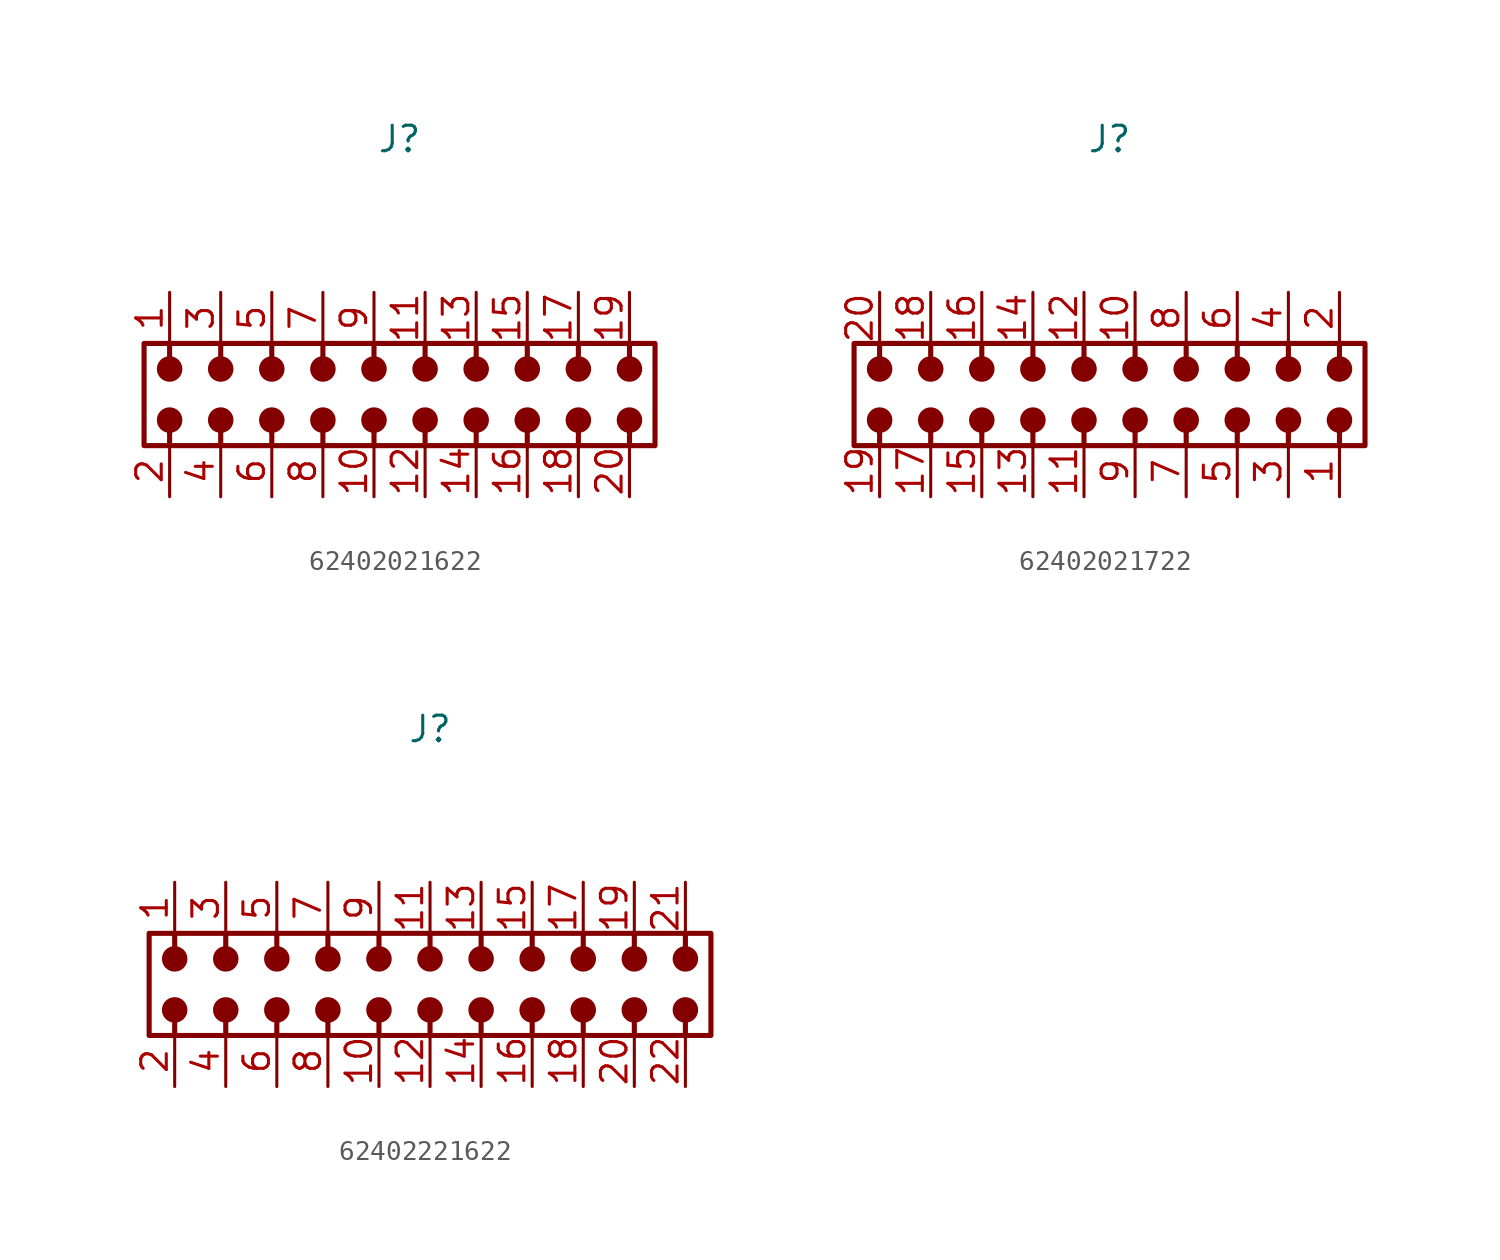
<source format=kicad_sym>
(kicad_symbol_lib
  (version 20241209)
  (generator "kicad_symbol_editor")
  (generator_version "9.0")
  (symbol "62402021622"
    (pin_names
      (hide yes))
    (property "Reference" "J"
      (at 0 12.7 0)
      (effects (font (size 1.27 1.27))))
    (symbol "62402021622_1_1"
      (rectangle (start -12.7 2.54) (end 12.7 -2.54) (stroke (width 0.254) (type solid)) (fill (type none)))
      (polyline (pts (xy -11.43 1.778) (xy -11.43 2.54)) (stroke (width 0.254) (type solid)) (fill (type none)))
      (circle (center -11.43 1.27) (radius 0.508) (stroke (width 0.254) (type solid)) (fill (type outline)))
      (circle (center -11.43 -1.27) (radius 0.508) (stroke (width 0.254) (type solid)) (fill (type outline)))
      (polyline (pts (xy -11.43 -1.778) (xy -11.43 -2.54)) (stroke (width 0.254) (type solid)) (fill (type none)))
      (polyline (pts (xy -8.89 1.778) (xy -8.89 2.54)) (stroke (width 0.254) (type solid)) (fill (type none)))
      (circle (center -8.89 1.27) (radius 0.508) (stroke (width 0.254) (type solid)) (fill (type outline)))
      (circle (center -8.89 -1.27) (radius 0.508) (stroke (width 0.254) (type solid)) (fill (type outline)))
      (polyline (pts (xy -8.89 -1.778) (xy -8.89 -2.54)) (stroke (width 0.254) (type solid)) (fill (type none)))
      (polyline (pts (xy -6.35 1.778) (xy -6.35 2.54)) (stroke (width 0.254) (type solid)) (fill (type none)))
      (circle (center -6.35 1.27) (radius 0.508) (stroke (width 0.254) (type solid)) (fill (type outline)))
      (circle (center -6.35 -1.27) (radius 0.508) (stroke (width 0.254) (type solid)) (fill (type outline)))
      (polyline (pts (xy -6.35 -1.778) (xy -6.35 -2.54)) (stroke (width 0.254) (type solid)) (fill (type none)))
      (polyline (pts (xy -3.81 1.778) (xy -3.81 2.54)) (stroke (width 0.254) (type solid)) (fill (type none)))
      (circle (center -3.81 1.27) (radius 0.508) (stroke (width 0.254) (type solid)) (fill (type outline)))
      (circle (center -3.81 -1.27) (radius 0.508) (stroke (width 0.254) (type solid)) (fill (type outline)))
      (polyline (pts (xy -3.81 -1.778) (xy -3.81 -2.54)) (stroke (width 0.254) (type solid)) (fill (type none)))
      (polyline (pts (xy -1.27 1.778) (xy -1.27 2.54)) (stroke (width 0.254) (type solid)) (fill (type none)))
      (circle (center -1.27 1.27) (radius 0.508) (stroke (width 0.254) (type solid)) (fill (type outline)))
      (circle (center -1.27 -1.27) (radius 0.508) (stroke (width 0.254) (type solid)) (fill (type outline)))
      (polyline (pts (xy -1.27 -1.778) (xy -1.27 -2.54)) (stroke (width 0.254) (type solid)) (fill (type none)))
      (polyline (pts (xy 1.27 1.778) (xy 1.27 2.54)) (stroke (width 0.254) (type solid)) (fill (type none)))
      (circle (center 1.27 1.27) (radius 0.508) (stroke (width 0.254) (type solid)) (fill (type outline)))
      (circle (center 1.27 -1.27) (radius 0.508) (stroke (width 0.254) (type solid)) (fill (type outline)))
      (polyline (pts (xy 1.27 -1.778) (xy 1.27 -2.54)) (stroke (width 0.254) (type solid)) (fill (type none)))
      (polyline (pts (xy 3.81 1.778) (xy 3.81 2.54)) (stroke (width 0.254) (type solid)) (fill (type none)))
      (circle (center 3.81 1.27) (radius 0.508) (stroke (width 0.254) (type solid)) (fill (type outline)))
      (circle (center 3.81 -1.27) (radius 0.508) (stroke (width 0.254) (type solid)) (fill (type outline)))
      (polyline (pts (xy 3.81 -1.778) (xy 3.81 -2.54)) (stroke (width 0.254) (type solid)) (fill (type none)))
      (polyline (pts (xy 6.35 1.778) (xy 6.35 2.54)) (stroke (width 0.254) (type solid)) (fill (type none)))
      (circle (center 6.35 1.27) (radius 0.508) (stroke (width 0.254) (type solid)) (fill (type outline)))
      (circle (center 6.35 -1.27) (radius 0.508) (stroke (width 0.254) (type solid)) (fill (type outline)))
      (polyline (pts (xy 6.35 -1.778) (xy 6.35 -2.54)) (stroke (width 0.254) (type solid)) (fill (type none)))
      (polyline (pts (xy 8.89 1.778) (xy 8.89 2.54)) (stroke (width 0.254) (type solid)) (fill (type none)))
      (circle (center 8.89 1.27) (radius 0.508) (stroke (width 0.254) (type solid)) (fill (type outline)))
      (circle (center 8.89 -1.27) (radius 0.508) (stroke (width 0.254) (type solid)) (fill (type outline)))
      (polyline (pts (xy 8.89 -1.778) (xy 8.89 -2.54)) (stroke (width 0.254) (type solid)) (fill (type none)))
      (polyline (pts (xy 11.43 1.778) (xy 11.43 2.54)) (stroke (width 0.254) (type solid)) (fill (type none)))
      (circle (center 11.43 1.27) (radius 0.508) (stroke (width 0.254) (type solid)) (fill (type outline)))
      (circle (center 11.43 -1.27) (radius 0.508) (stroke (width 0.254) (type solid)) (fill (type outline)))
      (polyline (pts (xy 11.43 -1.778) (xy 11.43 -2.54)) (stroke (width 0.254) (type solid)) (fill (type none)))
      (pin passive line (at -11.43 5.08 270) (length 2.54) (name "1" (effects (font (size 1.27 1.27)))) (number "1" (effects (font (size 1.27 1.27)))))
      (pin passive line (at -11.43 -5.08 90) (length 2.54) (name "2" (effects (font (size 1.27 1.27)))) (number "2" (effects (font (size 1.27 1.27)))))
      (pin passive line (at -8.89 5.08 270) (length 2.54) (name "3" (effects (font (size 1.27 1.27)))) (number "3" (effects (font (size 1.27 1.27)))))
      (pin passive line (at -8.89 -5.08 90) (length 2.54) (name "4" (effects (font (size 1.27 1.27)))) (number "4" (effects (font (size 1.27 1.27)))))
      (pin passive line (at -6.35 5.08 270) (length 2.54) (name "5" (effects (font (size 1.27 1.27)))) (number "5" (effects (font (size 1.27 1.27)))))
      (pin passive line (at -6.35 -5.08 90) (length 2.54) (name "6" (effects (font (size 1.27 1.27)))) (number "6" (effects (font (size 1.27 1.27)))))
      (pin passive line (at -3.81 5.08 270) (length 2.54) (name "7" (effects (font (size 1.27 1.27)))) (number "7" (effects (font (size 1.27 1.27)))))
      (pin passive line (at -3.81 -5.08 90) (length 2.54) (name "8" (effects (font (size 1.27 1.27)))) (number "8" (effects (font (size 1.27 1.27)))))
      (pin passive line (at -1.27 5.08 270) (length 2.54) (name "9" (effects (font (size 1.27 1.27)))) (number "9" (effects (font (size 1.27 1.27)))))
      (pin passive line (at -1.27 -5.08 90) (length 2.54) (name "10" (effects (font (size 1.27 1.27)))) (number "10" (effects (font (size 1.27 1.27)))))
      (pin passive line (at 1.27 5.08 270) (length 2.54) (name "11" (effects (font (size 1.27 1.27)))) (number "11" (effects (font (size 1.27 1.27)))))
      (pin passive line (at 1.27 -5.08 90) (length 2.54) (name "12" (effects (font (size 1.27 1.27)))) (number "12" (effects (font (size 1.27 1.27)))))
      (pin passive line (at 3.81 5.08 270) (length 2.54) (name "13" (effects (font (size 1.27 1.27)))) (number "13" (effects (font (size 1.27 1.27)))))
      (pin passive line (at 3.81 -5.08 90) (length 2.54) (name "14" (effects (font (size 1.27 1.27)))) (number "14" (effects (font (size 1.27 1.27)))))
      (pin passive line (at 6.35 5.08 270) (length 2.54) (name "15" (effects (font (size 1.27 1.27)))) (number "15" (effects (font (size 1.27 1.27)))))
      (pin passive line (at 6.35 -5.08 90) (length 2.54) (name "16" (effects (font (size 1.27 1.27)))) (number "16" (effects (font (size 1.27 1.27)))))
      (pin passive line (at 8.89 5.08 270) (length 2.54) (name "17" (effects (font (size 1.27 1.27)))) (number "17" (effects (font (size 1.27 1.27)))))
      (pin passive line (at 8.89 -5.08 90) (length 2.54) (name "18" (effects (font (size 1.27 1.27)))) (number "18" (effects (font (size 1.27 1.27)))))
      (pin passive line (at 11.43 5.08 270) (length 2.54) (name "19" (effects (font (size 1.27 1.27)))) (number "19" (effects (font (size 1.27 1.27)))))
      (pin passive line (at 11.43 -5.08 90) (length 2.54) (name "20" (effects (font (size 1.27 1.27)))) (number "20" (effects (font (size 1.27 1.27)))))))
  (symbol "62402021722"
    (pin_names
      (hide yes))
    (property "Reference" "J"
      (at 0 12.7 0)
      (effects (font (size 1.27 1.27))))
    (symbol "62402021722_1_1"
      (rectangle (start -12.7 2.54) (end 12.7 -2.54) (stroke (width 0.254) (type solid)) (fill (type none)))
      (polyline (pts (xy -11.43 1.778) (xy -11.43 2.54)) (stroke (width 0.254) (type solid)) (fill (type none)))
      (circle (center -11.43 1.27) (radius 0.508) (stroke (width 0.254) (type solid)) (fill (type outline)))
      (circle (center -11.43 -1.27) (radius 0.508) (stroke (width 0.254) (type solid)) (fill (type outline)))
      (polyline (pts (xy -11.43 -1.778) (xy -11.43 -2.54)) (stroke (width 0.254) (type solid)) (fill (type none)))
      (polyline (pts (xy -8.89 1.778) (xy -8.89 2.54)) (stroke (width 0.254) (type solid)) (fill (type none)))
      (circle (center -8.89 1.27) (radius 0.508) (stroke (width 0.254) (type solid)) (fill (type outline)))
      (circle (center -8.89 -1.27) (radius 0.508) (stroke (width 0.254) (type solid)) (fill (type outline)))
      (polyline (pts (xy -8.89 -1.778) (xy -8.89 -2.54)) (stroke (width 0.254) (type solid)) (fill (type none)))
      (polyline (pts (xy -6.35 1.778) (xy -6.35 2.54)) (stroke (width 0.254) (type solid)) (fill (type none)))
      (circle (center -6.35 1.27) (radius 0.508) (stroke (width 0.254) (type solid)) (fill (type outline)))
      (circle (center -6.35 -1.27) (radius 0.508) (stroke (width 0.254) (type solid)) (fill (type outline)))
      (polyline (pts (xy -6.35 -1.778) (xy -6.35 -2.54)) (stroke (width 0.254) (type solid)) (fill (type none)))
      (polyline (pts (xy -3.81 1.778) (xy -3.81 2.54)) (stroke (width 0.254) (type solid)) (fill (type none)))
      (circle (center -3.81 1.27) (radius 0.508) (stroke (width 0.254) (type solid)) (fill (type outline)))
      (circle (center -3.81 -1.27) (radius 0.508) (stroke (width 0.254) (type solid)) (fill (type outline)))
      (polyline (pts (xy -3.81 -1.778) (xy -3.81 -2.54)) (stroke (width 0.254) (type solid)) (fill (type none)))
      (polyline (pts (xy -1.27 1.778) (xy -1.27 2.54)) (stroke (width 0.254) (type solid)) (fill (type none)))
      (circle (center -1.27 1.27) (radius 0.508) (stroke (width 0.254) (type solid)) (fill (type outline)))
      (circle (center -1.27 -1.27) (radius 0.508) (stroke (width 0.254) (type solid)) (fill (type outline)))
      (polyline (pts (xy -1.27 -1.778) (xy -1.27 -2.54)) (stroke (width 0.254) (type solid)) (fill (type none)))
      (polyline (pts (xy 1.27 1.778) (xy 1.27 2.54)) (stroke (width 0.254) (type solid)) (fill (type none)))
      (circle (center 1.27 1.27) (radius 0.508) (stroke (width 0.254) (type solid)) (fill (type outline)))
      (circle (center 1.27 -1.27) (radius 0.508) (stroke (width 0.254) (type solid)) (fill (type outline)))
      (polyline (pts (xy 1.27 -1.778) (xy 1.27 -2.54)) (stroke (width 0.254) (type solid)) (fill (type none)))
      (polyline (pts (xy 3.81 1.778) (xy 3.81 2.54)) (stroke (width 0.254) (type solid)) (fill (type none)))
      (circle (center 3.81 1.27) (radius 0.508) (stroke (width 0.254) (type solid)) (fill (type outline)))
      (circle (center 3.81 -1.27) (radius 0.508) (stroke (width 0.254) (type solid)) (fill (type outline)))
      (polyline (pts (xy 3.81 -1.778) (xy 3.81 -2.54)) (stroke (width 0.254) (type solid)) (fill (type none)))
      (polyline (pts (xy 6.35 1.778) (xy 6.35 2.54)) (stroke (width 0.254) (type solid)) (fill (type none)))
      (circle (center 6.35 1.27) (radius 0.508) (stroke (width 0.254) (type solid)) (fill (type outline)))
      (circle (center 6.35 -1.27) (radius 0.508) (stroke (width 0.254) (type solid)) (fill (type outline)))
      (polyline (pts (xy 6.35 -1.778) (xy 6.35 -2.54)) (stroke (width 0.254) (type solid)) (fill (type none)))
      (polyline (pts (xy 8.89 1.778) (xy 8.89 2.54)) (stroke (width 0.254) (type solid)) (fill (type none)))
      (circle (center 8.89 1.27) (radius 0.508) (stroke (width 0.254) (type solid)) (fill (type outline)))
      (circle (center 8.89 -1.27) (radius 0.508) (stroke (width 0.254) (type solid)) (fill (type outline)))
      (polyline (pts (xy 8.89 -1.778) (xy 8.89 -2.54)) (stroke (width 0.254) (type solid)) (fill (type none)))
      (polyline (pts (xy 11.43 1.778) (xy 11.43 2.54)) (stroke (width 0.254) (type solid)) (fill (type none)))
      (circle (center 11.43 1.27) (radius 0.508) (stroke (width 0.254) (type solid)) (fill (type outline)))
      (circle (center 11.43 -1.27) (radius 0.508) (stroke (width 0.254) (type solid)) (fill (type outline)))
      (polyline (pts (xy 11.43 -1.778) (xy 11.43 -2.54)) (stroke (width 0.254) (type solid)) (fill (type none)))
      (pin passive line (at -11.43 5.08 270) (length 2.54) (name "20" (effects (font (size 1.27 1.27)))) (number "20" (effects (font (size 1.27 1.27)))))
      (pin passive line (at -11.43 -5.08 90) (length 2.54) (name "19" (effects (font (size 1.27 1.27)))) (number "19" (effects (font (size 1.27 1.27)))))
      (pin passive line (at -8.89 5.08 270) (length 2.54) (name "18" (effects (font (size 1.27 1.27)))) (number "18" (effects (font (size 1.27 1.27)))))
      (pin passive line (at -8.89 -5.08 90) (length 2.54) (name "17" (effects (font (size 1.27 1.27)))) (number "17" (effects (font (size 1.27 1.27)))))
      (pin passive line (at -6.35 5.08 270) (length 2.54) (name "16" (effects (font (size 1.27 1.27)))) (number "16" (effects (font (size 1.27 1.27)))))
      (pin passive line (at -6.35 -5.08 90) (length 2.54) (name "15" (effects (font (size 1.27 1.27)))) (number "15" (effects (font (size 1.27 1.27)))))
      (pin passive line (at -3.81 5.08 270) (length 2.54) (name "14" (effects (font (size 1.27 1.27)))) (number "14" (effects (font (size 1.27 1.27)))))
      (pin passive line (at -3.81 -5.08 90) (length 2.54) (name "13" (effects (font (size 1.27 1.27)))) (number "13" (effects (font (size 1.27 1.27)))))
      (pin passive line (at -1.27 5.08 270) (length 2.54) (name "12" (effects (font (size 1.27 1.27)))) (number "12" (effects (font (size 1.27 1.27)))))
      (pin passive line (at -1.27 -5.08 90) (length 2.54) (name "11" (effects (font (size 1.27 1.27)))) (number "11" (effects (font (size 1.27 1.27)))))
      (pin passive line (at 1.27 5.08 270) (length 2.54) (name "10" (effects (font (size 1.27 1.27)))) (number "10" (effects (font (size 1.27 1.27)))))
      (pin passive line (at 1.27 -5.08 90) (length 2.54) (name "9" (effects (font (size 1.27 1.27)))) (number "9" (effects (font (size 1.27 1.27)))))
      (pin passive line (at 3.81 5.08 270) (length 2.54) (name "8" (effects (font (size 1.27 1.27)))) (number "8" (effects (font (size 1.27 1.27)))))
      (pin passive line (at 3.81 -5.08 90) (length 2.54) (name "7" (effects (font (size 1.27 1.27)))) (number "7" (effects (font (size 1.27 1.27)))))
      (pin passive line (at 6.35 5.08 270) (length 2.54) (name "6" (effects (font (size 1.27 1.27)))) (number "6" (effects (font (size 1.27 1.27)))))
      (pin passive line (at 6.35 -5.08 90) (length 2.54) (name "5" (effects (font (size 1.27 1.27)))) (number "5" (effects (font (size 1.27 1.27)))))
      (pin passive line (at 8.89 5.08 270) (length 2.54) (name "4" (effects (font (size 1.27 1.27)))) (number "4" (effects (font (size 1.27 1.27)))))
      (pin passive line (at 8.89 -5.08 90) (length 2.54) (name "3" (effects (font (size 1.27 1.27)))) (number "3" (effects (font (size 1.27 1.27)))))
      (pin passive line (at 11.43 5.08 270) (length 2.54) (name "2" (effects (font (size 1.27 1.27)))) (number "2" (effects (font (size 1.27 1.27)))))
      (pin passive line (at 11.43 -5.08 90) (length 2.54) (name "1" (effects (font (size 1.27 1.27)))) (number "1" (effects (font (size 1.27 1.27)))))))
  (symbol "62402221622"
    (pin_names
      (hide yes))
    (property "Reference" "J"
      (at 0 12.7 0)
      (effects (font (size 1.27 1.27))))
    (symbol "62402221622_1_1"
      (rectangle (start -13.97 2.54) (end 13.97 -2.54) (stroke (width 0.254) (type solid)) (fill (type none)))
      (polyline (pts (xy -12.7 1.778) (xy -12.7 2.54)) (stroke (width 0.254) (type solid)) (fill (type none)))
      (circle (center -12.7 1.27) (radius 0.508) (stroke (width 0.254) (type solid)) (fill (type outline)))
      (circle (center -12.7 -1.27) (radius 0.508) (stroke (width 0.254) (type solid)) (fill (type outline)))
      (polyline (pts (xy -12.7 -1.778) (xy -12.7 -2.54)) (stroke (width 0.254) (type solid)) (fill (type none)))
      (polyline (pts (xy -10.16 1.778) (xy -10.16 2.54)) (stroke (width 0.254) (type solid)) (fill (type none)))
      (circle (center -10.16 1.27) (radius 0.508) (stroke (width 0.254) (type solid)) (fill (type outline)))
      (circle (center -10.16 -1.27) (radius 0.508) (stroke (width 0.254) (type solid)) (fill (type outline)))
      (polyline (pts (xy -10.16 -1.778) (xy -10.16 -2.54)) (stroke (width 0.254) (type solid)) (fill (type none)))
      (polyline (pts (xy -7.62 1.778) (xy -7.62 2.54)) (stroke (width 0.254) (type solid)) (fill (type none)))
      (circle (center -7.62 1.27) (radius 0.508) (stroke (width 0.254) (type solid)) (fill (type outline)))
      (circle (center -7.62 -1.27) (radius 0.508) (stroke (width 0.254) (type solid)) (fill (type outline)))
      (polyline (pts (xy -7.62 -1.778) (xy -7.62 -2.54)) (stroke (width 0.254) (type solid)) (fill (type none)))
      (polyline (pts (xy -5.08 1.778) (xy -5.08 2.54)) (stroke (width 0.254) (type solid)) (fill (type none)))
      (circle (center -5.08 1.27) (radius 0.508) (stroke (width 0.254) (type solid)) (fill (type outline)))
      (circle (center -5.08 -1.27) (radius 0.508) (stroke (width 0.254) (type solid)) (fill (type outline)))
      (polyline (pts (xy -5.08 -1.778) (xy -5.08 -2.54)) (stroke (width 0.254) (type solid)) (fill (type none)))
      (polyline (pts (xy -2.54 1.778) (xy -2.54 2.54)) (stroke (width 0.254) (type solid)) (fill (type none)))
      (circle (center -2.54 1.27) (radius 0.508) (stroke (width 0.254) (type solid)) (fill (type outline)))
      (circle (center -2.54 -1.27) (radius 0.508) (stroke (width 0.254) (type solid)) (fill (type outline)))
      (polyline (pts (xy -2.54 -1.778) (xy -2.54 -2.54)) (stroke (width 0.254) (type solid)) (fill (type none)))
      (polyline (pts (xy 0 1.778) (xy 0 2.54)) (stroke (width 0.254) (type solid)) (fill (type none)))
      (circle (center 0 1.27) (radius 0.508) (stroke (width 0.254) (type solid)) (fill (type outline)))
      (circle (center 0 -1.27) (radius 0.508) (stroke (width 0.254) (type solid)) (fill (type outline)))
      (polyline (pts (xy 0 -1.778) (xy 0 -2.54)) (stroke (width 0.254) (type solid)) (fill (type none)))
      (polyline (pts (xy 2.54 1.778) (xy 2.54 2.54)) (stroke (width 0.254) (type solid)) (fill (type none)))
      (circle (center 2.54 1.27) (radius 0.508) (stroke (width 0.254) (type solid)) (fill (type outline)))
      (circle (center 2.54 -1.27) (radius 0.508) (stroke (width 0.254) (type solid)) (fill (type outline)))
      (polyline (pts (xy 2.54 -1.778) (xy 2.54 -2.54)) (stroke (width 0.254) (type solid)) (fill (type none)))
      (polyline (pts (xy 5.08 1.778) (xy 5.08 2.54)) (stroke (width 0.254) (type solid)) (fill (type none)))
      (circle (center 5.08 1.27) (radius 0.508) (stroke (width 0.254) (type solid)) (fill (type outline)))
      (circle (center 5.08 -1.27) (radius 0.508) (stroke (width 0.254) (type solid)) (fill (type outline)))
      (polyline (pts (xy 5.08 -1.778) (xy 5.08 -2.54)) (stroke (width 0.254) (type solid)) (fill (type none)))
      (polyline (pts (xy 7.62 1.778) (xy 7.62 2.54)) (stroke (width 0.254) (type solid)) (fill (type none)))
      (circle (center 7.62 1.27) (radius 0.508) (stroke (width 0.254) (type solid)) (fill (type outline)))
      (circle (center 7.62 -1.27) (radius 0.508) (stroke (width 0.254) (type solid)) (fill (type outline)))
      (polyline (pts (xy 7.62 -1.778) (xy 7.62 -2.54)) (stroke (width 0.254) (type solid)) (fill (type none)))
      (polyline (pts (xy 10.16 1.778) (xy 10.16 2.54)) (stroke (width 0.254) (type solid)) (fill (type none)))
      (circle (center 10.16 1.27) (radius 0.508) (stroke (width 0.254) (type solid)) (fill (type outline)))
      (circle (center 10.16 -1.27) (radius 0.508) (stroke (width 0.254) (type solid)) (fill (type outline)))
      (polyline (pts (xy 10.16 -1.778) (xy 10.16 -2.54)) (stroke (width 0.254) (type solid)) (fill (type none)))
      (polyline (pts (xy 12.7 1.778) (xy 12.7 2.54)) (stroke (width 0.254) (type solid)) (fill (type none)))
      (circle (center 12.7 1.27) (radius 0.508) (stroke (width 0.254) (type solid)) (fill (type outline)))
      (circle (center 12.7 -1.27) (radius 0.508) (stroke (width 0.254) (type solid)) (fill (type outline)))
      (polyline (pts (xy 12.7 -1.778) (xy 12.7 -2.54)) (stroke (width 0.254) (type solid)) (fill (type none)))
      (pin passive line (at -12.7 5.08 270) (length 2.54) (name "1" (effects (font (size 1.27 1.27)))) (number "1" (effects (font (size 1.27 1.27)))))
      (pin passive line (at -12.7 -5.08 90) (length 2.54) (name "2" (effects (font (size 1.27 1.27)))) (number "2" (effects (font (size 1.27 1.27)))))
      (pin passive line (at -10.16 5.08 270) (length 2.54) (name "3" (effects (font (size 1.27 1.27)))) (number "3" (effects (font (size 1.27 1.27)))))
      (pin passive line (at -10.16 -5.08 90) (length 2.54) (name "4" (effects (font (size 1.27 1.27)))) (number "4" (effects (font (size 1.27 1.27)))))
      (pin passive line (at -7.62 5.08 270) (length 2.54) (name "5" (effects (font (size 1.27 1.27)))) (number "5" (effects (font (size 1.27 1.27)))))
      (pin passive line (at -7.62 -5.08 90) (length 2.54) (name "6" (effects (font (size 1.27 1.27)))) (number "6" (effects (font (size 1.27 1.27)))))
      (pin passive line (at -5.08 5.08 270) (length 2.54) (name "7" (effects (font (size 1.27 1.27)))) (number "7" (effects (font (size 1.27 1.27)))))
      (pin passive line (at -5.08 -5.08 90) (length 2.54) (name "8" (effects (font (size 1.27 1.27)))) (number "8" (effects (font (size 1.27 1.27)))))
      (pin passive line (at -2.54 5.08 270) (length 2.54) (name "9" (effects (font (size 1.27 1.27)))) (number "9" (effects (font (size 1.27 1.27)))))
      (pin passive line (at -2.54 -5.08 90) (length 2.54) (name "10" (effects (font (size 1.27 1.27)))) (number "10" (effects (font (size 1.27 1.27)))))
      (pin passive line (at 0 5.08 270) (length 2.54) (name "11" (effects (font (size 1.27 1.27)))) (number "11" (effects (font (size 1.27 1.27)))))
      (pin passive line (at 0 -5.08 90) (length 2.54) (name "12" (effects (font (size 1.27 1.27)))) (number "12" (effects (font (size 1.27 1.27)))))
      (pin passive line (at 2.54 5.08 270) (length 2.54) (name "13" (effects (font (size 1.27 1.27)))) (number "13" (effects (font (size 1.27 1.27)))))
      (pin passive line (at 2.54 -5.08 90) (length 2.54) (name "14" (effects (font (size 1.27 1.27)))) (number "14" (effects (font (size 1.27 1.27)))))
      (pin passive line (at 5.08 5.08 270) (length 2.54) (name "15" (effects (font (size 1.27 1.27)))) (number "15" (effects (font (size 1.27 1.27)))))
      (pin passive line (at 5.08 -5.08 90) (length 2.54) (name "16" (effects (font (size 1.27 1.27)))) (number "16" (effects (font (size 1.27 1.27)))))
      (pin passive line (at 7.62 5.08 270) (length 2.54) (name "17" (effects (font (size 1.27 1.27)))) (number "17" (effects (font (size 1.27 1.27)))))
      (pin passive line (at 7.62 -5.08 90) (length 2.54) (name "18" (effects (font (size 1.27 1.27)))) (number "18" (effects (font (size 1.27 1.27)))))
      (pin passive line (at 10.16 5.08 270) (length 2.54) (name "19" (effects (font (size 1.27 1.27)))) (number "19" (effects (font (size 1.27 1.27)))))
      (pin passive line (at 10.16 -5.08 90) (length 2.54) (name "20" (effects (font (size 1.27 1.27)))) (number "20" (effects (font (size 1.27 1.27)))))
      (pin passive line (at 12.7 5.08 270) (length 2.54) (name "21" (effects (font (size 1.27 1.27)))) (number "21" (effects (font (size 1.27 1.27)))))
      (pin passive line (at 12.7 -5.08 90) (length 2.54) (name "22" (effects (font (size 1.27 1.27)))) (number "22" (effects (font (size 1.27 1.27))))))))
</source>
